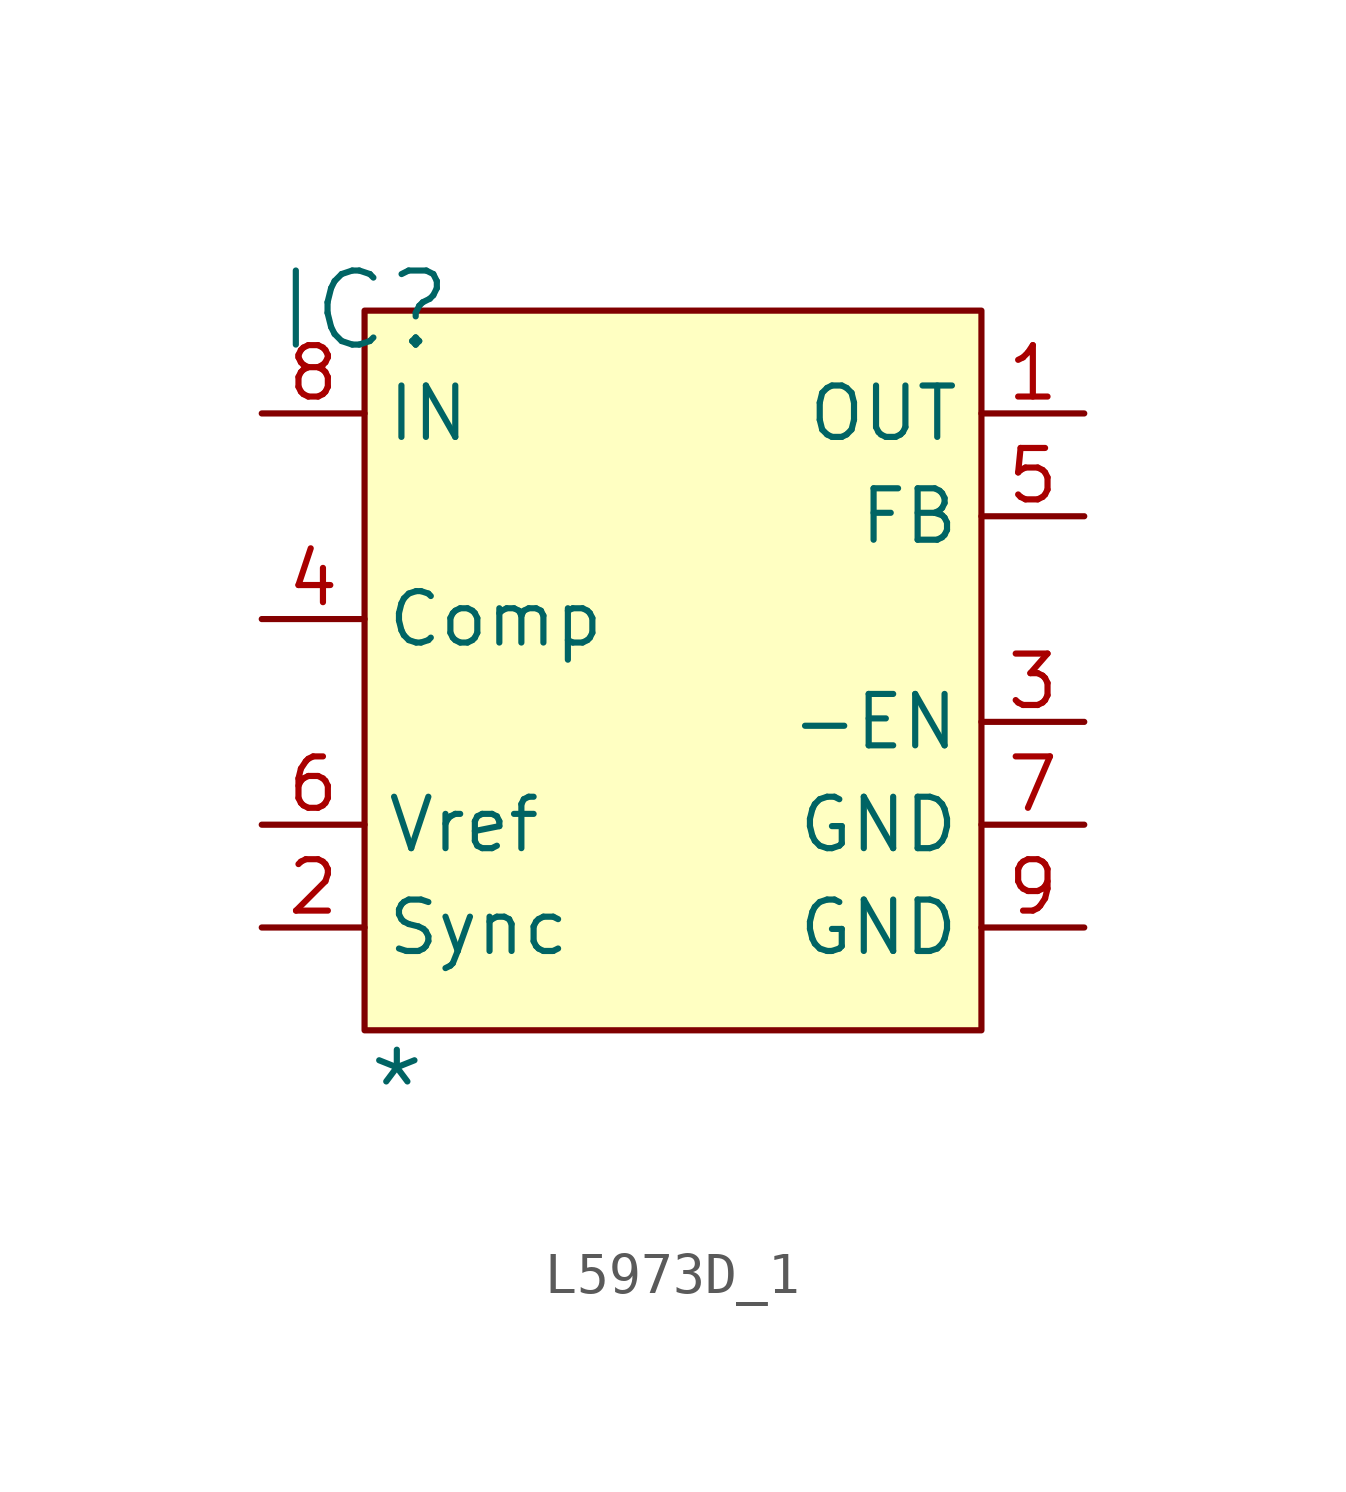
<source format=kicad_sym>
(kicad_symbol_lib
  (version 20241209)
  (generator "kicad_symbol_editor")
  (generator_version "9.0")
  (symbol "L5973D_1"
    (property "Reference" "IC"
      (at 0 0 0)
      (effects (font (size 1.829 1.829))))
    (property "Value" "*"
      (at 0 -20.32 0)
      (effects (font (size 1.829 1.829)) (justify left bottom)))
    (symbol "L5973D_1_1_0"
      (rectangle (start 15.24 0) (end 0 -17.78) (stroke (width 0) (type solid) (color 128 0 0 1)) (fill (type background)))
      (pin passive line (at -2.54 -2.54 0) (length 2.54) (name "IN" (effects (font (size 1.27 1.27)))) (number "8" (effects (font (size 1.27 1.27)))))
      (pin passive line (at -2.54 -7.62 0) (length 2.54) (name "Comp" (effects (font (size 1.27 1.27)))) (number "4" (effects (font (size 1.27 1.27)))))
      (pin passive line (at -2.54 -12.7 0) (length 2.54) (name "Vref" (effects (font (size 1.27 1.27)))) (number "6" (effects (font (size 1.27 1.27)))))
      (pin passive line (at -2.54 -15.24 0) (length 2.54) (name "Sync" (effects (font (size 1.27 1.27)))) (number "2" (effects (font (size 1.27 1.27)))))
      (pin passive line (at 17.78 -2.54 180) (length 2.54) (name "OUT" (effects (font (size 1.27 1.27)))) (number "1" (effects (font (size 1.27 1.27)))))
      (pin passive line (at 17.78 -5.08 180) (length 2.54) (name "FB" (effects (font (size 1.27 1.27)))) (number "5" (effects (font (size 1.27 1.27)))))
      (pin passive line (at 17.78 -10.16 180) (length 2.54) (name "-EN" (effects (font (size 1.27 1.27)))) (number "3" (effects (font (size 1.27 1.27)))))
      (pin passive line (at 17.78 -12.7 180) (length 2.54) (name "GND" (effects (font (size 1.27 1.27)))) (number "7" (effects (font (size 1.27 1.27)))))
      (pin passive line (at 17.78 -15.24 180) (length 2.54) (name "GND" (effects (font (size 1.27 1.27)))) (number "9" (effects (font (size 1.27 1.27))))))))
</source>
